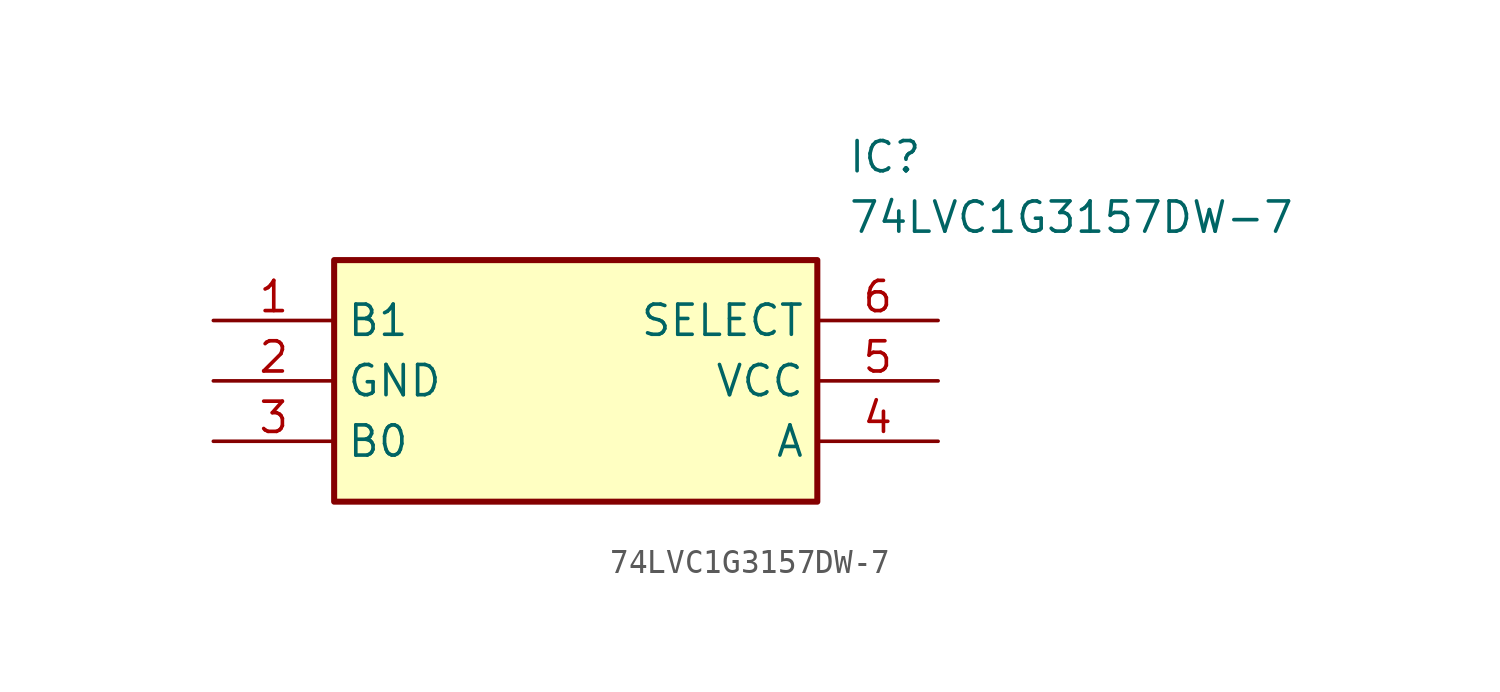
<source format=kicad_sym>
(kicad_symbol_lib
  (version 20241209)
  (generator "kicad_symbol_editor")
  (generator_version "9.0")
  (symbol "74LVC1G3157DW-7"
    (property "Reference" "IC"
      (at 26.67 7.62 0)
      (effects (font (size 1.27 1.27)) (justify left top)))
    (property "Value" "74LVC1G3157DW-7"
      (at 26.67 5.08 0)
      (effects (font (size 1.27 1.27)) (justify left top)))
    (symbol "74LVC1G3157DW-7_1_1"
      (rectangle (start 5.08 2.54) (end 25.4 -7.62) (stroke (width 0.254) (type default)) (fill (type background)))
      (pin passive line (at 0 0 0) (length 5.08) (name "B1" (effects (font (size 1.27 1.27)))) (number "1" (effects (font (size 1.27 1.27)))))
      (pin passive line (at 0 -2.54 0) (length 5.08) (name "GND" (effects (font (size 1.27 1.27)))) (number "2" (effects (font (size 1.27 1.27)))))
      (pin passive line (at 0 -5.08 0) (length 5.08) (name "B0" (effects (font (size 1.27 1.27)))) (number "3" (effects (font (size 1.27 1.27)))))
      (pin passive line (at 30.48 0 180) (length 5.08) (name "SELECT" (effects (font (size 1.27 1.27)))) (number "6" (effects (font (size 1.27 1.27)))))
      (pin passive line (at 30.48 -2.54 180) (length 5.08) (name "VCC" (effects (font (size 1.27 1.27)))) (number "5" (effects (font (size 1.27 1.27)))))
      (pin passive line (at 30.48 -5.08 180) (length 5.08) (name "A" (effects (font (size 1.27 1.27)))) (number "4" (effects (font (size 1.27 1.27))))))))
</source>
